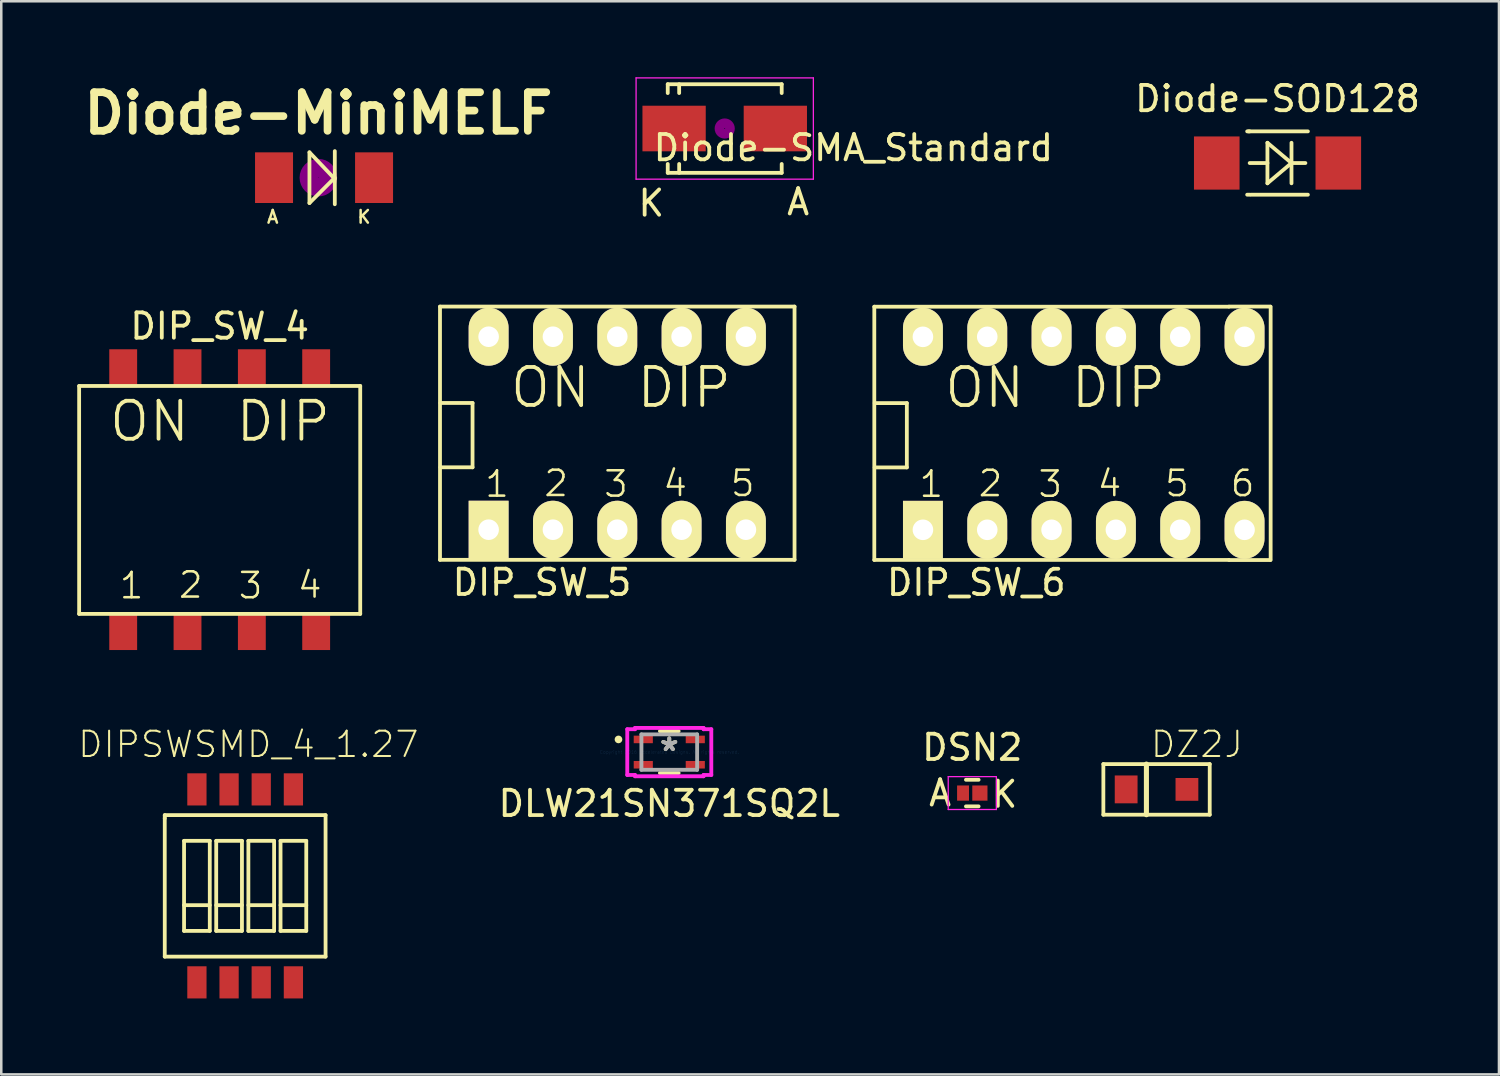
<source format=kicad_pcb>
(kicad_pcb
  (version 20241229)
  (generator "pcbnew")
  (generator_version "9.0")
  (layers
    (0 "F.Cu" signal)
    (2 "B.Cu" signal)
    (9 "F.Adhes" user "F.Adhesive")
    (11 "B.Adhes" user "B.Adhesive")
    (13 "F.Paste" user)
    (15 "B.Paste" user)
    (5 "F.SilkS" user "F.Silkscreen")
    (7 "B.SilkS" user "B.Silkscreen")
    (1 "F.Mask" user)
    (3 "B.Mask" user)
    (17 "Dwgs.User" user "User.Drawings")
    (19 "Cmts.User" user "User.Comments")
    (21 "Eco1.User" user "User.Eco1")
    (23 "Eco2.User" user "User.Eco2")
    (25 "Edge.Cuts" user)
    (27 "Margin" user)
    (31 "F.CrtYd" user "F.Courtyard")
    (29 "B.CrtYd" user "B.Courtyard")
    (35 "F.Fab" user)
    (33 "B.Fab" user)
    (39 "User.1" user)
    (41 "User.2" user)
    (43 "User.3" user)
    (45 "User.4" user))
  (footprint "DLW21SN371SQ2L"
    (layer "F.Cu")
    (at 23.379 26.649)
    (property "Reference" "DLW21SN371SQ2L" (at 0 2.032 0) (layer "F.SilkS") (effects (font (size 1 1) (thickness 0.15))))
    (attr through_hole)
    (fp_line (start -0.369 0.827) (end 0.369 0.827) (stroke (width 0.152) (type solid)) (layer "F.SilkS"))
    (fp_line (start 0.369 -0.827) (end -0.369 -0.827) (stroke (width 0.152) (type solid)) (layer "F.SilkS"))
    (fp_circle (center -2.006 -0.5) (end -1.93 -0.5) (stroke (width 0.152) (type solid)) (fill no) (layer "F.SilkS"))
    (fp_line (start -1.659 -0.903) (end -1.354 -0.903) (stroke (width 0.152) (type solid)) (layer "F.CrtYd"))
    (fp_line (start -1.659 0.903) (end -1.659 -0.903) (stroke (width 0.152) (type solid)) (layer "F.CrtYd"))
    (fp_line (start -1.354 -0.954) (end 1.354 -0.954) (stroke (width 0.152) (type solid)) (layer "F.CrtYd"))
    (fp_line (start -1.354 -0.903) (end -1.354 -0.954) (stroke (width 0.152) (type solid)) (layer "F.CrtYd"))
    (fp_line (start -1.354 0.903) (end -1.659 0.903) (stroke (width 0.152) (type solid)) (layer "F.CrtYd"))
    (fp_line (start -1.354 0.954) (end -1.354 0.903) (stroke (width 0.152) (type solid)) (layer "F.CrtYd"))
    (fp_line (start 1.354 -0.954) (end 1.354 -0.903) (stroke (width 0.152) (type solid)) (layer "F.CrtYd"))
    (fp_line (start 1.354 -0.903) (end 1.659 -0.903) (stroke (width 0.152) (type solid)) (layer "F.CrtYd"))
    (fp_line (start 1.354 0.903) (end 1.354 0.954) (stroke (width 0.152) (type solid)) (layer "F.CrtYd"))
    (fp_line (start 1.354 0.954) (end -1.354 0.954) (stroke (width 0.152) (type solid)) (layer "F.CrtYd"))
    (fp_line (start 1.659 -0.903) (end 1.659 0.903) (stroke (width 0.152) (type solid)) (layer "F.CrtYd"))
    (fp_line (start 1.659 0.903) (end 1.354 0.903) (stroke (width 0.152) (type solid)) (layer "F.CrtYd"))
    (fp_line (start -1.1 -0.7) (end -1.1 0.7) (stroke (width 0.152) (type solid)) (layer "F.Fab"))
    (fp_line (start -1.1 0.7) (end 1.1 0.7) (stroke (width 0.152) (type solid)) (layer "F.Fab"))
    (fp_line (start 1.1 -0.7) (end -1.1 -0.7) (stroke (width 0.152) (type solid)) (layer "F.Fab"))
    (fp_line (start 1.1 0.7) (end 1.1 -0.7) (stroke (width 0.152) (type solid)) (layer "F.Fab"))
    (fp_text user "*" (at 0 0 0) (layer "F.SilkS") (effects (font (size 1 1) (thickness 0.15))))
    (fp_text user "Copyright 2016 Accelerated Designs. All rights reserved." (at 0 0 0) (layer "Cmts.User") (effects (font (size 0.127 0.127) (thickness 0.002))))
    (fp_text user "*" (at 0 0 0) (layer "F.Fab") (effects (font (size 1 1) (thickness 0.15))))
    (pad "1" smd rect (at -1.027 -0.5) (size 0.755 0.298) (layers "F.Cu" "F.Mask" "F.Paste"))
    (pad "2" smd rect (at 1.027 -0.5) (size 0.755 0.298) (layers "F.Cu" "F.Mask" "F.Paste"))
    (pad "3" smd rect (at 1.027 0.5) (size 0.755 0.298) (layers "F.Cu" "F.Mask" "F.Paste"))
    (pad "4" smd rect (at -1.027 0.5) (size 0.755 0.298) (layers "F.Cu" "F.Mask" "F.Paste")))
  (footprint "DIP_SW_6"
    (layer "F.Cu")
    (at 39.745 14.061)
    (property "Reference" "DIP_SW_6" (at -4.242 5.893 0) (layer "F.SilkS") (effects (font (size 1 1) (thickness 0.15))))
    (attr through_hole)
    (fp_line (start -8.27 5) (end -8.27 -5) (stroke (width 0.15) (type solid)) (layer "F.SilkS"))
    (fp_line (start -8.27 5) (end 5.73 5) (stroke (width 0.15) (type solid)) (layer "F.SilkS"))
    (fp_line (start -8.255 -1.194) (end -6.985 -1.194) (stroke (width 0.15) (type solid)) (layer "F.SilkS"))
    (fp_line (start -6.985 -1.194) (end -6.985 1.346) (stroke (width 0.15) (type solid)) (layer "F.SilkS"))
    (fp_line (start -6.985 1.346) (end -8.255 1.346) (stroke (width 0.15) (type solid)) (layer "F.SilkS"))
    (fp_line (start 5.73 -5) (end -8.27 -5) (stroke (width 0.15) (type solid)) (layer "F.SilkS"))
    (fp_line (start 5.74 -5.004) (end 7.366 -5.004) (stroke (width 0.15) (type solid)) (layer "F.SilkS"))
    (fp_line (start 5.74 5.004) (end 7.366 5.004) (stroke (width 0.15) (type solid)) (layer "F.SilkS"))
    (fp_line (start 7.381 -5) (end 7.381 5) (stroke (width 0.15) (type solid)) (layer "F.SilkS"))
    (fp_text user "1" (at -6.02 2.007 0) (layer "F.SilkS") (effects (font (size 1 1) (thickness 0.1))))
    (fp_text user "DIP" (at 1.372 -1.803 0) (layer "F.SilkS") (effects (font (size 1.5 1.5) (thickness 0.15))))
    (fp_text user "3" (at -1.321 2.007 0) (layer "F.SilkS") (effects (font (size 1 1) (thickness 0.1))))
    (fp_text user "ON" (at -3.912 -1.803 0) (layer "F.SilkS") (effects (font (size 1.5 1.5) (thickness 0.15))))
    (fp_text user "2" (at -3.683 1.981 0) (layer "F.SilkS") (effects (font (size 1 1) (thickness 0.1))))
    (fp_text user "5" (at 3.683 1.981 0) (layer "F.SilkS") (effects (font (size 1 1) (thickness 0.1))))
    (fp_text user "4" (at 1.016 1.981 0) (layer "F.SilkS") (effects (font (size 1 1) (thickness 0.1))))
    (fp_text user "6" (at 6.274 1.981 0) (layer "F.SilkS") (effects (font (size 1 1) (thickness 0.1))))
    (pad "1" thru_hole rect (at -6.35 3.81) (size 1.575 2.286) (drill 0.813) (layers "*.Cu" "*.Mask" "F.SilkS"))
    (pad "2" thru_hole oval (at -3.81 3.81) (size 1.575 2.286) (drill 0.813) (layers "*.Cu" "*.Mask" "F.SilkS"))
    (pad "3" thru_hole oval (at -1.27 3.81) (size 1.575 2.286) (drill 0.813) (layers "*.Cu" "*.Mask" "F.SilkS"))
    (pad "4" thru_hole oval (at 1.27 3.81) (size 1.575 2.286) (drill 0.813) (layers "*.Cu" "*.Mask" "F.SilkS"))
    (pad "5" thru_hole oval (at 3.81 3.81) (size 1.575 2.286) (drill 0.813) (layers "*.Cu" "*.Mask" "F.SilkS"))
    (pad "6" thru_hole oval (at 6.35 3.81) (size 1.575 2.286) (drill 0.813) (layers "*.Cu" "*.Mask" "F.SilkS"))
    (pad "7" thru_hole oval (at 6.35 -3.81) (size 1.575 2.286) (drill 0.813) (layers "*.Cu" "*.Mask" "F.SilkS"))
    (pad "8" thru_hole oval (at 3.81 -3.81) (size 1.575 2.286) (drill 0.813) (layers "*.Cu" "*.Mask" "F.SilkS"))
    (pad "9" thru_hole oval (at 1.27 -3.81) (size 1.575 2.286) (drill 0.813) (layers "*.Cu" "*.Mask" "F.SilkS"))
    (pad "10" thru_hole oval (at -1.27 -3.81) (size 1.575 2.286) (drill 0.813) (layers "*.Cu" "*.Mask" "F.SilkS"))
    (pad "11" thru_hole oval (at -3.81 -3.81) (size 1.575 2.286) (drill 0.813) (layers "*.Cu" "*.Mask" "F.SilkS"))
    (pad "12" thru_hole oval (at -6.35 -3.81) (size 1.575 2.286) (drill 0.813) (layers "*.Cu" "*.Mask" "F.SilkS")))
  (footprint "Diode-SMA_Standard"
    (layer "F.Cu")
    (at 25.568 2.025)
    (property "Reference" "Diode-SMA_Standard" (at 5.08 0.762 0) (layer "F.SilkS") (effects (font (size 1 1) (thickness 0.15))))
    (attr smd)
    (fp_line (start -2.25 -1.75) (end -2.25 -1.4) (stroke (width 0.15) (type solid)) (layer "F.SilkS"))
    (fp_line (start -2.25 -1.75) (end 2.25 -1.75) (stroke (width 0.15) (type solid)) (layer "F.SilkS"))
    (fp_line (start -2.25 1.75) (end -2.25 1.4) (stroke (width 0.15) (type solid)) (layer "F.SilkS"))
    (fp_line (start -2.25 1.75) (end 2.25 1.75) (stroke (width 0.15) (type solid)) (layer "F.SilkS"))
    (fp_line (start -1.799 -1.75) (end -1.799 -1.4) (stroke (width 0.15) (type solid)) (layer "F.SilkS"))
    (fp_line (start -1.799 1.75) (end -1.799 1.4) (stroke (width 0.15) (type solid)) (layer "F.SilkS"))
    (fp_line (start 2.25 -1.75) (end 2.25 -1.4) (stroke (width 0.15) (type solid)) (layer "F.SilkS"))
    (fp_line (start 2.25 1.75) (end 2.25 1.4) (stroke (width 0.15) (type solid)) (layer "F.SilkS"))
    (fp_circle (center 0 0) (end 0.201 -0.051) (stroke (width 0.381) (type solid)) (fill no) (layer "F.Adhes"))
    (fp_line (start -3.5 -2) (end 3.5 -2) (stroke (width 0.05) (type solid)) (layer "F.CrtYd"))
    (fp_line (start -3.5 2) (end -3.5 -2) (stroke (width 0.05) (type solid)) (layer "F.CrtYd"))
    (fp_line (start 3.5 -2) (end 3.5 2) (stroke (width 0.05) (type solid)) (layer "F.CrtYd"))
    (fp_line (start 3.5 2) (end -3.5 2) (stroke (width 0.05) (type solid)) (layer "F.CrtYd"))
    (fp_text user "K" (at -2.9 2.95 0) (layer "F.SilkS") (effects (font (size 1 1) (thickness 0.15))))
    (fp_text user "A" (at 2.9 2.9 0) (layer "F.SilkS") (effects (font (size 1 1) (thickness 0.15))))
    (pad "1" smd rect (at -1.999 0) (size 2.499 1.801) (layers "F.Cu" "F.Mask" "F.Paste"))
    (pad "2" smd rect (at 1.999 0) (size 2.499 1.801) (layers "F.Cu" "F.Mask" "F.Paste")))
  (footprint "Diode-MiniMELF"
    (layer "F.Cu")
    (at 9.521 3.966)
    (property "Reference" "Diode-MiniMELF" (at 0 -2.54 0) (layer "F.SilkS") (effects (font (size 1.524 1.524) (thickness 0.305))))
    (attr smd)
    (fp_line (start -0.351 -1.001) (end -0.351 1.001) (stroke (width 0.15) (type solid)) (layer "F.SilkS"))
    (fp_line (start -0.351 1.001) (end 0.65 0) (stroke (width 0.15) (type solid)) (layer "F.SilkS"))
    (fp_line (start 0.65 -1.049) (end 0.65 1.049) (stroke (width 0.15) (type solid)) (layer "F.SilkS"))
    (fp_line (start 0.65 0.051) (end -0.351 -1.001) (stroke (width 0.15) (type solid)) (layer "F.SilkS"))
    (fp_circle (center 0 0) (end 0 0.201) (stroke (width 0.381) (type solid)) (fill no) (layer "F.Adhes"))
    (fp_circle (center 0 0) (end 0 0.551) (stroke (width 0.381) (type solid)) (fill no) (layer "F.Adhes"))
    (fp_text user "K" (at 1.801 1.549 0) (layer "F.SilkS") (effects (font (size 0.5 0.5) (thickness 0.099))))
    (fp_text user "A" (at -1.801 1.549 0) (layer "F.SilkS") (effects (font (size 0.5 0.5) (thickness 0.099))))
    (pad "1" smd rect (at -1.75 0) (size 1.5 2) (layers "F.Cu" "F.Mask" "F.Paste"))
    (pad "2" smd rect (at 2.2 0) (size 1.5 2) (layers "F.Cu" "F.Mask" "F.Paste")))
  (footprint "DIPSWSMD_4_1.27"
    (layer "F.Cu")
    (at 4.726 35.742)
    (property "Reference" "DIPSWSMD_4_1.27" (at 2.032 -9.398 0) (layer "F.SilkS") (effects (font (size 1 1) (thickness 0.08))))
    (attr through_hole)
    (fp_line (start -1.27 -6.604) (end 5.08 -6.604) (stroke (width 0.15) (type solid)) (layer "F.SilkS"))
    (fp_line (start -1.27 -6.477) (end -1.27 -6.604) (stroke (width 0.15) (type solid)) (layer "F.SilkS"))
    (fp_line (start -1.27 -1.016) (end -1.27 -6.477) (stroke (width 0.15) (type solid)) (layer "F.SilkS"))
    (fp_line (start -0.508 -5.588) (end -0.508 -2.032) (stroke (width 0.15) (type solid)) (layer "F.SilkS"))
    (fp_line (start -0.508 -3.048) (end 0.508 -3.048) (stroke (width 0.15) (type solid)) (layer "F.SilkS"))
    (fp_line (start -0.508 -2.032) (end 0.508 -2.032) (stroke (width 0.15) (type solid)) (layer "F.SilkS"))
    (fp_line (start 0.508 -5.588) (end -0.508 -5.588) (stroke (width 0.15) (type solid)) (layer "F.SilkS"))
    (fp_line (start 0.508 -2.032) (end 0.508 -5.588) (stroke (width 0.15) (type solid)) (layer "F.SilkS"))
    (fp_line (start 0.762 -5.588) (end 0.762 -2.032) (stroke (width 0.15) (type solid)) (layer "F.SilkS"))
    (fp_line (start 0.762 -3.048) (end 1.778 -3.048) (stroke (width 0.15) (type solid)) (layer "F.SilkS"))
    (fp_line (start 0.762 -2.032) (end 1.778 -2.032) (stroke (width 0.15) (type solid)) (layer "F.SilkS"))
    (fp_line (start 1.778 -5.588) (end 0.762 -5.588) (stroke (width 0.15) (type solid)) (layer "F.SilkS"))
    (fp_line (start 1.778 -2.032) (end 1.778 -5.588) (stroke (width 0.15) (type solid)) (layer "F.SilkS"))
    (fp_line (start 2.032 -5.588) (end 2.032 -2.032) (stroke (width 0.15) (type solid)) (layer "F.SilkS"))
    (fp_line (start 2.032 -3.048) (end 3.048 -3.048) (stroke (width 0.15) (type solid)) (layer "F.SilkS"))
    (fp_line (start 2.032 -2.032) (end 3.048 -2.032) (stroke (width 0.15) (type solid)) (layer "F.SilkS"))
    (fp_line (start 3.048 -5.588) (end 2.032 -5.588) (stroke (width 0.15) (type solid)) (layer "F.SilkS"))
    (fp_line (start 3.048 -2.032) (end 3.048 -5.588) (stroke (width 0.15) (type solid)) (layer "F.SilkS"))
    (fp_line (start 3.302 -5.588) (end 3.302 -2.032) (stroke (width 0.15) (type solid)) (layer "F.SilkS"))
    (fp_line (start 3.302 -3.048) (end 4.318 -3.048) (stroke (width 0.15) (type solid)) (layer "F.SilkS"))
    (fp_line (start 3.302 -2.032) (end 4.318 -2.032) (stroke (width 0.15) (type solid)) (layer "F.SilkS"))
    (fp_line (start 4.318 -5.588) (end 3.302 -5.588) (stroke (width 0.15) (type solid)) (layer "F.SilkS"))
    (fp_line (start 4.318 -2.032) (end 4.318 -5.588) (stroke (width 0.15) (type solid)) (layer "F.SilkS"))
    (fp_line (start 5.08 -6.604) (end 5.08 -1.016) (stroke (width 0.15) (type solid)) (layer "F.SilkS"))
    (fp_line (start 5.08 -1.016) (end -1.27 -1.016) (stroke (width 0.15) (type solid)) (layer "F.SilkS"))
    (pad "1" smd rect (at 0 0) (size 0.76 1.27) (layers "F.Cu" "F.Mask" "F.Paste"))
    (pad "2" smd rect (at 1.27 0) (size 0.76 1.27) (layers "F.Cu" "F.Mask" "F.Paste"))
    (pad "3" smd rect (at 2.54 0) (size 0.76 1.27) (layers "F.Cu" "F.Mask" "F.Paste"))
    (pad "4" smd rect (at 3.81 0) (size 0.76 1.27) (layers "F.Cu" "F.Mask" "F.Paste"))
    (pad "5" smd rect (at 3.81 -7.62) (size 0.76 1.27) (layers "F.Cu" "F.Mask" "F.Paste"))
    (pad "6" smd rect (at 2.54 -7.62) (size 0.76 1.27) (layers "F.Cu" "F.Mask" "F.Paste"))
    (pad "7" smd rect (at 1.27 -7.62) (size 0.76 1.27) (layers "F.Cu" "F.Mask" "F.Paste"))
    (pad "8" smd rect (at 0 -7.62) (size 0.76 1.27) (layers "F.Cu" "F.Mask" "F.Paste")))
  (footprint "DSN2"
    (layer "F.Cu")
    (at 35.344 28.267)
    (property "Reference" "DSN2" (at 0 -1.8 0) (layer "F.SilkS") (effects (font (size 1 1) (thickness 0.15))))
    (attr smd)
    (fp_line (start -0.25 0.525) (end 0.25 0.525) (stroke (width 0.15) (type solid)) (layer "F.SilkS"))
    (fp_line (start 0.25 -0.525) (end -0.25 -0.525) (stroke (width 0.15) (type solid)) (layer "F.SilkS"))
    (fp_line (start -0.95 -0.65) (end -0.95 0.65) (stroke (width 0.05) (type solid)) (layer "F.CrtYd"))
    (fp_line (start -0.95 -0.65) (end 0.95 -0.65) (stroke (width 0.05) (type solid)) (layer "F.CrtYd"))
    (fp_line (start -0.95 0.65) (end 0.95 0.65) (stroke (width 0.05) (type solid)) (layer "F.CrtYd"))
    (fp_line (start 0.95 -0.65) (end 0.95 0.65) (stroke (width 0.05) (type solid)) (layer "F.CrtYd"))
    (fp_text user "K" (at 1.27 0.051 0) (layer "F.SilkS") (effects (font (size 1 1) (thickness 0.15))))
    (fp_text user "A" (at -1.27 0 0) (layer "F.SilkS") (effects (font (size 1 1) (thickness 0.15))))
    (pad "1" smd rect (at -0.365 0) (size 0.47 0.6) (layers "F.Cu" "F.Mask" "F.Paste"))
    (pad "2" smd rect (at 0.3 0) (size 0.6 0.6) (layers "F.Cu" "F.Mask" "F.Paste")))
  (footprint "DIP_SW_4"
    (layer "F.Cu")
    (at 5.625 16.692)
    (property "Reference" "DIP_SW_4" (at 0 -6.861 0) (layer "F.SilkS") (effects (font (size 1 1) (thickness 0.15))))
    (attr through_hole)
    (fp_line (start -5.55 -4.5) (end -5.55 4.5) (stroke (width 0.15) (type solid)) (layer "F.SilkS"))
    (fp_line (start -5.55 -4.5) (end 5.55 -4.5) (stroke (width 0.15) (type solid)) (layer "F.SilkS"))
    (fp_line (start -5.55 4.5) (end 5.55 4.5) (stroke (width 0.15) (type solid)) (layer "F.SilkS"))
    (fp_line (start 5.55 -4.5) (end 5.55 4.5) (stroke (width 0.15) (type solid)) (layer "F.SilkS"))
    (fp_text user "2" (at -1.143 3.358 0) (layer "F.SilkS") (effects (font (size 1 1) (thickness 0.1))))
    (fp_text user "ON" (at -2.772 -3.103 0) (layer "F.SilkS") (effects (font (size 1.5 1.5) (thickness 0.15))))
    (fp_text user "DIP" (at 2.512 -3.103 0) (layer "F.SilkS") (effects (font (size 1.5 1.5) (thickness 0.15))))
    (fp_text user "1" (at -3.48 3.384 0) (layer "F.SilkS") (effects (font (size 1 1) (thickness 0.1))))
    (fp_text user "4" (at 3.556 3.358 0) (layer "F.SilkS") (effects (font (size 1 1) (thickness 0.1))))
    (fp_text user "3" (at 1.219 3.384 0) (layer "F.SilkS") (effects (font (size 1 1) (thickness 0.1))))
    (pad "1" smd rect (at -3.81 5.177) (size 1.1 1.5) (layers "F.Cu" "F.Mask" "F.Paste"))
    (pad "2" smd rect (at -1.27 5.177) (size 1.1 1.5) (layers "F.Cu" "F.Mask" "F.Paste"))
    (pad "3" smd rect (at 1.27 5.177) (size 1.1 1.5) (layers "F.Cu" "F.Mask" "F.Paste"))
    (pad "4" smd rect (at 3.81 5.177) (size 1.1 1.5) (layers "F.Cu" "F.Mask" "F.Paste"))
    (pad "5" smd rect (at 3.81 -5.2) (size 1.1 1.5) (layers "F.Cu" "F.Mask" "F.Paste"))
    (pad "6" smd rect (at 1.27 -5.2) (size 1.1 1.5) (layers "F.Cu" "F.Mask" "F.Paste"))
    (pad "7" smd rect (at -1.27 -5.2) (size 1.1 1.5) (layers "F.Cu" "F.Mask" "F.Paste"))
    (pad "8" smd rect (at -3.81 -5.2) (size 1.1 1.5) (layers "F.Cu" "F.Mask" "F.Paste")))
  (footprint "DIP_SW_5"
    (layer "F.Cu")
    (at 21.325 14.057)
    (property "Reference" "DIP_SW_5" (at -2.972 5.893 0) (layer "F.SilkS") (effects (font (size 1 1) (thickness 0.15))))
    (attr through_hole)
    (fp_line (start -7 5) (end -7 -5) (stroke (width 0.15) (type solid)) (layer "F.SilkS"))
    (fp_line (start -7 5) (end 7 5) (stroke (width 0.15) (type solid)) (layer "F.SilkS"))
    (fp_line (start -6.985 -1.194) (end -5.715 -1.194) (stroke (width 0.15) (type solid)) (layer "F.SilkS"))
    (fp_line (start -5.715 -1.194) (end -5.715 1.346) (stroke (width 0.15) (type solid)) (layer "F.SilkS"))
    (fp_line (start -5.715 1.346) (end -6.985 1.346) (stroke (width 0.15) (type solid)) (layer "F.SilkS"))
    (fp_line (start 7 -5) (end -7 -5) (stroke (width 0.15) (type solid)) (layer "F.SilkS"))
    (fp_line (start 7 -5) (end 7 5) (stroke (width 0.15) (type solid)) (layer "F.SilkS"))
    (fp_text user "4" (at 2.286 1.981 0) (layer "F.SilkS") (effects (font (size 1 1) (thickness 0.1))))
    (fp_text user "ON" (at -2.642 -1.803 0) (layer "F.SilkS") (effects (font (size 1.5 1.5) (thickness 0.15))))
    (fp_text user "2" (at -2.413 1.981 0) (layer "F.SilkS") (effects (font (size 1 1) (thickness 0.1))))
    (fp_text user "DIP" (at 2.642 -1.803 0) (layer "F.SilkS") (effects (font (size 1.5 1.5) (thickness 0.15))))
    (fp_text user "3" (at -0.051 2.007 0) (layer "F.SilkS") (effects (font (size 1 1) (thickness 0.1))))
    (fp_text user "1" (at -4.75 2.007 0) (layer "F.SilkS") (effects (font (size 1 1) (thickness 0.1))))
    (fp_text user "5" (at 4.953 1.981 0) (layer "F.SilkS") (effects (font (size 1 1) (thickness 0.1))))
    (pad "1" thru_hole rect (at -5.08 3.81) (size 1.575 2.286) (drill 0.813) (layers "*.Cu" "*.Mask" "F.SilkS"))
    (pad "2" thru_hole oval (at -2.54 3.81) (size 1.575 2.286) (drill 0.813) (layers "*.Cu" "*.Mask" "F.SilkS"))
    (pad "3" thru_hole oval (at 0 3.81) (size 1.575 2.286) (drill 0.813) (layers "*.Cu" "*.Mask" "F.SilkS"))
    (pad "4" thru_hole oval (at 2.54 3.81) (size 1.575 2.286) (drill 0.813) (layers "*.Cu" "*.Mask" "F.SilkS"))
    (pad "5" thru_hole oval (at 5.08 3.81) (size 1.575 2.286) (drill 0.813) (layers "*.Cu" "*.Mask" "F.SilkS"))
    (pad "6" thru_hole oval (at 5.08 -3.81) (size 1.575 2.286) (drill 0.813) (layers "*.Cu" "*.Mask" "F.SilkS"))
    (pad "7" thru_hole oval (at 2.54 -3.81) (size 1.575 2.286) (drill 0.813) (layers "*.Cu" "*.Mask" "F.SilkS"))
    (pad "8" thru_hole oval (at 0 -3.81) (size 1.575 2.286) (drill 0.813) (layers "*.Cu" "*.Mask" "F.SilkS"))
    (pad "9" thru_hole oval (at -2.54 -3.81) (size 1.575 2.286) (drill 0.813) (layers "*.Cu" "*.Mask" "F.SilkS"))
    (pad "10" thru_hole oval (at -5.08 -3.81) (size 1.575 2.286) (drill 0.813) (layers "*.Cu" "*.Mask" "F.SilkS")))
  (footprint "DZ2J"
    (placed yes)
    (layer "F.Cu")
    (at 41.42 28.122)
    (property "Reference" "DZ2J" (at 2.794 -1.778 0) (layer "F.SilkS") (effects (font (size 1 1) (thickness 0.08))))
    (attr through_hole)
    (fp_line (start -0.9 -1) (end 3.3 -1) (stroke (width 0.15) (type solid)) (layer "F.SilkS"))
    (fp_line (start -0.9 1) (end -0.9 -1) (stroke (width 0.15) (type solid)) (layer "F.SilkS"))
    (fp_line (start 0.8 -1) (end 0.8 1) (stroke (width 0.2) (type solid)) (layer "F.SilkS"))
    (fp_line (start 3.3 -1) (end 3.3 1) (stroke (width 0.15) (type solid)) (layer "F.SilkS"))
    (fp_line (start 3.3 1) (end -0.9 1) (stroke (width 0.15) (type solid)) (layer "F.SilkS"))
    (pad "1" smd rect (at 0 0) (size 0.9 1.1) (layers "F.Cu" "F.Mask" "F.Paste"))
    (pad "2" smd rect (at 2.4 0) (size 0.9 0.9) (layers "F.Cu" "F.Mask" "F.Paste")))
  (footprint "Diode-SOD128"
    (layer "F.Cu")
    (at 47.398 3.388)
    (property "Reference" "Diode-SOD128" (at 0 -2.54 0) (layer "F.SilkS") (effects (font (size 1 1) (thickness 0.15))))
    (attr smd)
    (fp_line (start -1.1 -1.25) (end -1.199 -1.25) (stroke (width 0.15) (type solid)) (layer "F.SilkS"))
    (fp_line (start -1.1 1.25) (end -1.199 1.25) (stroke (width 0.15) (type solid)) (layer "F.SilkS"))
    (fp_line (start -0.399 -0.8) (end -0.399 0.8) (stroke (width 0.15) (type solid)) (layer "F.SilkS"))
    (fp_line (start -0.399 0) (end -1.1 0) (stroke (width 0.15) (type solid)) (layer "F.SilkS"))
    (fp_line (start -0.399 0.8) (end 0.551 0) (stroke (width 0.15) (type solid)) (layer "F.SilkS"))
    (fp_line (start 0.551 0) (end -0.399 -0.8) (stroke (width 0.15) (type solid)) (layer "F.SilkS"))
    (fp_line (start 0.551 0) (end 0.551 -0.8) (stroke (width 0.15) (type solid)) (layer "F.SilkS"))
    (fp_line (start 0.551 0) (end 0.551 0.8) (stroke (width 0.15) (type solid)) (layer "F.SilkS"))
    (fp_line (start 0.551 0) (end 1.1 0) (stroke (width 0.15) (type solid)) (layer "F.SilkS"))
    (fp_line (start 1.199 -1.25) (end -1.151 -1.25) (stroke (width 0.15) (type solid)) (layer "F.SilkS"))
    (fp_line (start 1.199 1.25) (end -1.049 1.25) (stroke (width 0.15) (type solid)) (layer "F.SilkS"))
    (pad "1" smd rect (at -2.4 0) (size 1.8 2.1) (layers "F.Cu" "F.Mask" "F.Paste"))
    (pad "2" smd rect (at 2.4 0) (size 1.8 2.1) (layers "F.Cu" "F.Mask" "F.Paste")))
  (gr_rect
    (start -3 -3)
    (end 56.142 39.377)
    (stroke (width 0.1) (type default))
    (fill no)
    (layer "Edge.Cuts")))
</source>
